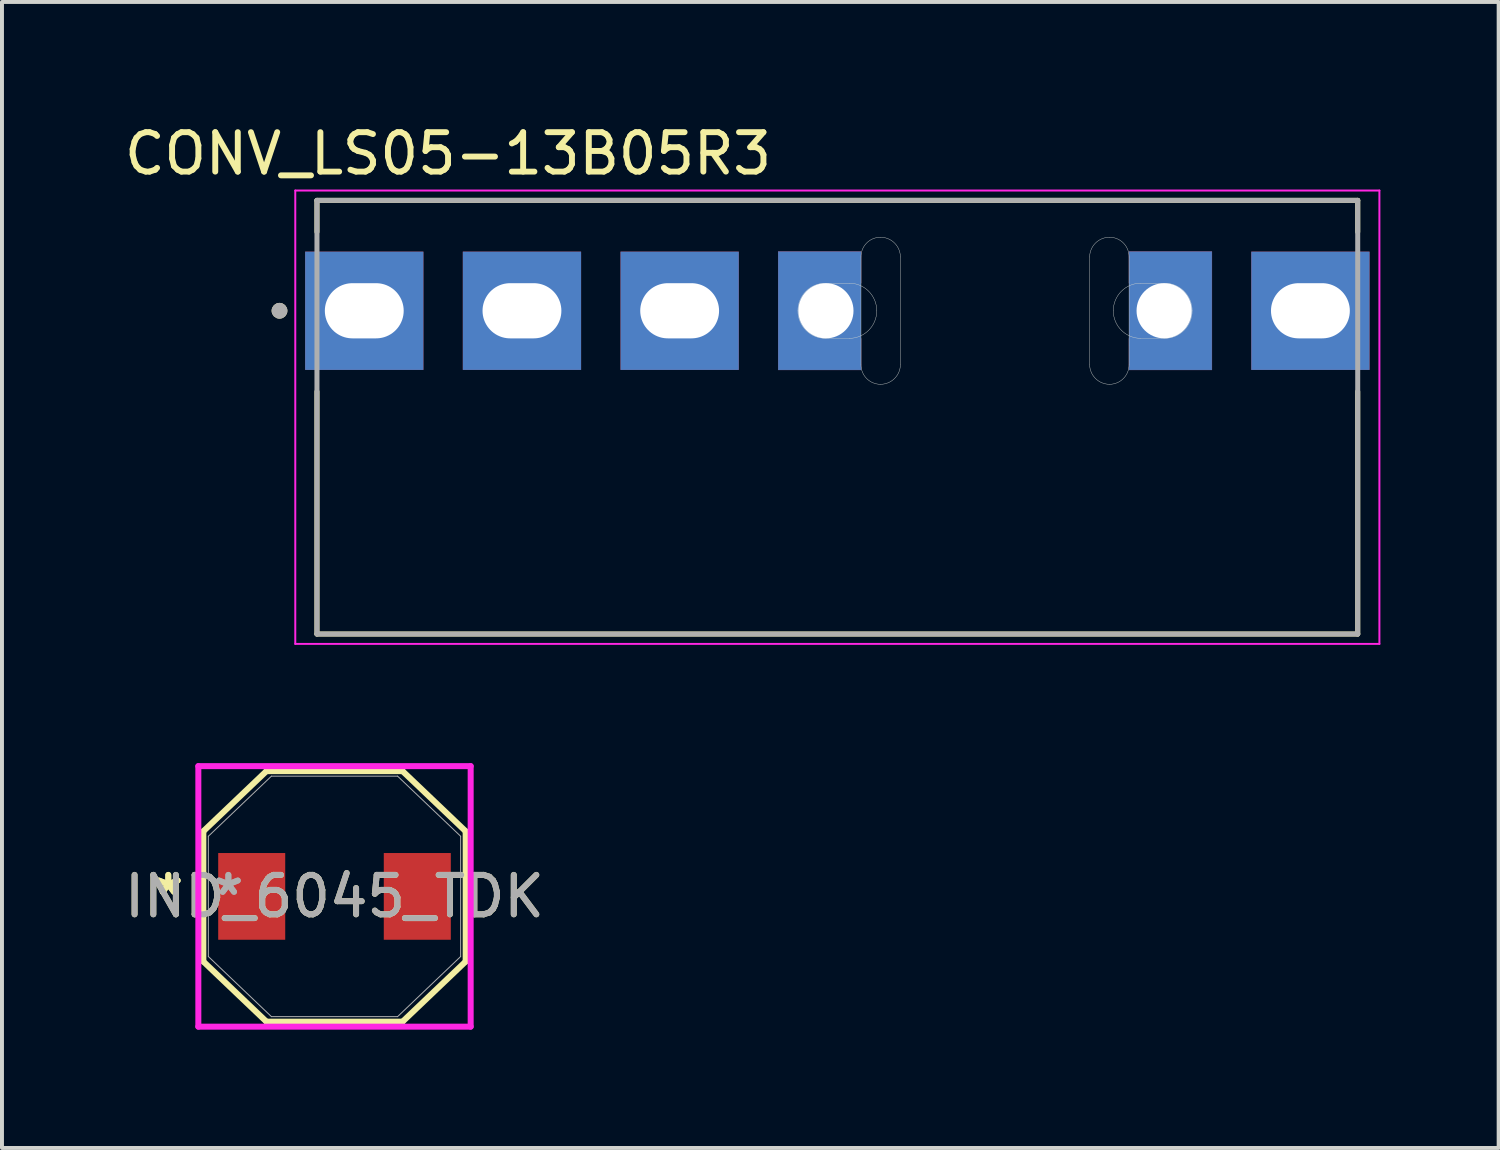
<source format=kicad_pcb>
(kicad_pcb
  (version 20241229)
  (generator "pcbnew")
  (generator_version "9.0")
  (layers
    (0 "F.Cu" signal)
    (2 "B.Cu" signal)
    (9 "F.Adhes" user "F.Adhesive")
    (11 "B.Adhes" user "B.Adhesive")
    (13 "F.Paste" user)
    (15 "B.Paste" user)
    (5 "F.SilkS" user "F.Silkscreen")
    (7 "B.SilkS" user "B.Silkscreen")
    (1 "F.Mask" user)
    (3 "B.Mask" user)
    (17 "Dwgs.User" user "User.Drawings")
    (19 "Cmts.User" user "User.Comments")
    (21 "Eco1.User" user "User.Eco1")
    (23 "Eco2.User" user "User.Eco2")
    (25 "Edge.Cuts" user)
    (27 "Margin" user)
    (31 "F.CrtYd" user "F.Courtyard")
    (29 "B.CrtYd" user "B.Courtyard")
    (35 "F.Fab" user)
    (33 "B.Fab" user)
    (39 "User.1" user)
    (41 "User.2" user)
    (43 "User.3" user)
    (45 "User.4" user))
  (footprint "IND_6045_TDK"
    (layer "F.Cu")
    (at 5.435 19.688)
    (property "Reference" "IND_6045_TDK" (at 0 0 0) (unlocked yes) (layer "F.SilkS") (effects (font (size 1 1) (thickness 0.15))))
    (attr smd)
    (fp_line (start -3.327 -1.652) (end -3.327 1.652) (stroke (width 0.152) (type solid)) (layer "F.SilkS"))
    (fp_line (start -3.327 1.652) (end -1.727 3.177) (stroke (width 0.152) (type solid)) (layer "F.SilkS"))
    (fp_line (start -1.727 -3.177) (end -3.327 -1.652) (stroke (width 0.152) (type solid)) (layer "F.SilkS"))
    (fp_line (start -1.727 3.177) (end 1.727 3.177) (stroke (width 0.152) (type solid)) (layer "F.SilkS"))
    (fp_line (start 1.727 -3.177) (end -1.727 -3.177) (stroke (width 0.152) (type solid)) (layer "F.SilkS"))
    (fp_line (start 1.727 3.177) (end 3.327 1.652) (stroke (width 0.152) (type solid)) (layer "F.SilkS"))
    (fp_line (start 3.327 -1.652) (end 1.727 -3.177) (stroke (width 0.152) (type solid)) (layer "F.SilkS"))
    (fp_line (start 3.327 1.652) (end 3.327 -1.652) (stroke (width 0.152) (type solid)) (layer "F.SilkS"))
    (fp_line (start -3.454 -3.304) (end 3.454 -3.304) (stroke (width 0.152) (type solid)) (layer "F.CrtYd"))
    (fp_line (start -3.454 3.304) (end -3.454 -3.304) (stroke (width 0.152) (type solid)) (layer "F.CrtYd"))
    (fp_line (start 3.454 -3.304) (end 3.454 3.304) (stroke (width 0.152) (type solid)) (layer "F.CrtYd"))
    (fp_line (start 3.454 3.304) (end -3.454 3.304) (stroke (width 0.152) (type solid)) (layer "F.CrtYd"))
    (fp_line (start -3.2 -1.525) (end -3.2 1.525) (stroke (width 0.025) (type solid)) (layer "F.Fab"))
    (fp_line (start -3.2 1.525) (end -1.6 3.05) (stroke (width 0.025) (type solid)) (layer "F.Fab"))
    (fp_line (start -1.6 -3.05) (end -3.2 -1.525) (stroke (width 0.025) (type solid)) (layer "F.Fab"))
    (fp_line (start -1.6 3.05) (end 1.6 3.05) (stroke (width 0.025) (type solid)) (layer "F.Fab"))
    (fp_line (start 1.6 -3.05) (end -1.6 -3.05) (stroke (width 0.025) (type solid)) (layer "F.Fab"))
    (fp_line (start 1.6 3.05) (end 3.2 1.525) (stroke (width 0.025) (type solid)) (layer "F.Fab"))
    (fp_line (start 3.2 -1.525) (end 1.6 -3.05) (stroke (width 0.025) (type solid)) (layer "F.Fab"))
    (fp_line (start 3.2 1.525) (end 3.2 -1.525) (stroke (width 0.025) (type solid)) (layer "F.Fab"))
    (fp_text user "*" (at -4.216 0 0) (unlocked yes) (layer "F.SilkS") (effects (font (size 1 1) (thickness 0.15))))
    (fp_text user "*" (at -4.216 0 0) (layer "F.SilkS") (effects (font (size 1 1) (thickness 0.15))))
    (fp_text user "${REFERENCE}" (at 0 0 0) (unlocked yes) (layer "F.Fab") (effects (font (size 1 1) (thickness 0.15))))
    (fp_text user "*" (at -2.692 0 0) (unlocked yes) (layer "F.Fab") (effects (font (size 1 1) (thickness 0.15))))
    (fp_text user "*" (at -2.692 0 0) (layer "F.Fab") (effects (font (size 1 1) (thickness 0.15))))
    (pad "1" smd rect (at -2.1 0) (size 1.7 2.2) (layers "F.Cu" "F.Mask" "F.Paste"))
    (pad "2" smd rect (at 2.1 0) (size 1.7 2.2) (layers "F.Cu" "F.Mask" "F.Paste")))
  (footprint "CONV_LS05-13B05R3"
    (layer "F.Cu")
    (at 18.19 4.833)
    (property "Reference" "CONV_LS05-13B05R3" (at -9.875 -3.985 0) (layer "F.SilkS") (effects (font (size 1 1) (thickness 0.15))))
    (attr through_hole)
    (fp_poly (pts (xy -1 0) (xy -0.999 -0.037) (xy -0.996 -0.073) (xy -0.991 -0.11) (xy -0.985 -0.146) (xy -0.976 -0.181) (xy -0.966 -0.216) (xy -0.954 -0.251) (xy -0.939 -0.285) (xy -0.924 -0.318) (xy -0.906 -0.35) (xy -0.887 -0.381) (xy -0.866 -0.411) (xy -0.844 -0.441) (xy -0.82 -0.468) (xy -0.795 -0.495) (xy -0.768 -0.52) (xy -0.741 -0.544) (xy -0.711 -0.566) (xy -0.681 -0.587) (xy -0.65 -0.606) (xy -0.618 -0.624) (xy -0.585 -0.639) (xy -0.551 -0.654) (xy -0.516 -0.666) (xy -0.481 -0.676) (xy -0.446 -0.685) (xy -0.41 -0.691) (xy -0.373 -0.696) (xy -0.337 -0.699) (xy -0.3 -0.7) (xy 0.6 -0.7) (xy 0.6 -1.5) (xy -1.5 -1.5) (xy -1.5 1.5) (xy 0.6 1.5) (xy 0.6 0.7) (xy -0.3 0.7) (xy -0.337 0.699) (xy -0.373 0.696) (xy -0.41 0.691) (xy -0.446 0.685) (xy -0.481 0.676) (xy -0.516 0.666) (xy -0.551 0.654) (xy -0.585 0.639) (xy -0.618 0.624) (xy -0.65 0.606) (xy -0.681 0.587) (xy -0.711 0.566) (xy -0.741 0.544) (xy -0.768 0.52) (xy -0.795 0.495) (xy -0.82 0.468) (xy -0.844 0.441) (xy -0.866 0.411) (xy -0.887 0.381) (xy -0.906 0.35) (xy -0.924 0.318) (xy -0.939 0.285) (xy -0.954 0.251) (xy -0.966 0.216) (xy -0.976 0.181) (xy -0.985 0.146) (xy -0.991 0.11) (xy -0.996 0.073) (xy -0.999 0.037) (xy -1 0)) (stroke (width 0.01) (type solid)) (fill yes) (layer "F.Cu"))
    (fp_poly (pts (xy 9 0) (xy 8.999 0.037) (xy 8.996 0.073) (xy 8.991 0.11) (xy 8.985 0.146) (xy 8.976 0.181) (xy 8.966 0.216) (xy 8.954 0.251) (xy 8.939 0.285) (xy 8.924 0.318) (xy 8.906 0.35) (xy 8.887 0.381) (xy 8.866 0.411) (xy 8.844 0.441) (xy 8.82 0.468) (xy 8.795 0.495) (xy 8.768 0.52) (xy 8.741 0.544) (xy 8.711 0.566) (xy 8.681 0.587) (xy 8.65 0.606) (xy 8.618 0.624) (xy 8.585 0.639) (xy 8.551 0.654) (xy 8.516 0.666) (xy 8.481 0.676) (xy 8.446 0.685) (xy 8.41 0.691) (xy 8.373 0.696) (xy 8.337 0.699) (xy 8.3 0.7) (xy 7.4 0.7) (xy 7.4 1.5) (xy 9.5 1.5) (xy 9.5 -1.5) (xy 7.4 -1.5) (xy 7.4 -0.7) (xy 8.3 -0.7) (xy 8.337 -0.699) (xy 8.373 -0.696) (xy 8.41 -0.691) (xy 8.446 -0.685) (xy 8.481 -0.676) (xy 8.516 -0.666) (xy 8.551 -0.654) (xy 8.585 -0.639) (xy 8.618 -0.624) (xy 8.65 -0.606) (xy 8.681 -0.587) (xy 8.711 -0.566) (xy 8.741 -0.544) (xy 8.768 -0.52) (xy 8.795 -0.495) (xy 8.82 -0.468) (xy 8.844 -0.441) (xy 8.866 -0.411) (xy 8.887 -0.381) (xy 8.906 -0.35) (xy 8.924 -0.318) (xy 8.939 -0.285) (xy 8.954 -0.251) (xy 8.966 -0.216) (xy 8.976 -0.181) (xy 8.985 -0.146) (xy 8.991 -0.11) (xy 8.996 -0.073) (xy 8.999 -0.037) (xy 9 0)) (stroke (width 0.01) (type solid)) (fill yes) (layer "F.Cu"))
    (fp_poly (pts (xy 0.49 -1.965) (xy 1.7 -1.965) (xy 1.7 1.965) (xy 0.49 1.965)) (stroke (width 0.01) (type solid)) (fill yes) (layer "F.Mask"))
    (fp_poly (pts (xy 6.3 -1.965) (xy 7.49 -1.965) (xy 7.49 1.965) (xy 6.3 1.965)) (stroke (width 0.01) (type solid)) (fill yes) (layer "F.Mask"))
    (fp_poly (pts (xy 0.7 -0.6) (xy 0.7 -1.6) (xy -1.6 -1.6) (xy -1.6 1.6) (xy 0.7 1.6) (xy 0.7 0.6)) (stroke (width 0.01) (type solid)) (fill yes) (layer "F.Mask"))
    (fp_poly (pts (xy 7.3 0.6) (xy 7.3 1.6) (xy 9.6 1.6) (xy 9.6 -1.6) (xy 7.3 -1.6) (xy 7.3 -0.6)) (stroke (width 0.01) (type solid)) (fill yes) (layer "F.Mask"))
    (fp_poly (pts (xy -1 0) (xy -0.999 -0.037) (xy -0.996 -0.073) (xy -0.991 -0.11) (xy -0.985 -0.146) (xy -0.976 -0.181) (xy -0.966 -0.216) (xy -0.954 -0.251) (xy -0.939 -0.285) (xy -0.924 -0.318) (xy -0.906 -0.35) (xy -0.887 -0.381) (xy -0.866 -0.411) (xy -0.844 -0.441) (xy -0.82 -0.468) (xy -0.795 -0.495) (xy -0.768 -0.52) (xy -0.741 -0.544) (xy -0.711 -0.566) (xy -0.681 -0.587) (xy -0.65 -0.606) (xy -0.618 -0.624) (xy -0.585 -0.639) (xy -0.551 -0.654) (xy -0.516 -0.666) (xy -0.481 -0.676) (xy -0.446 -0.685) (xy -0.41 -0.691) (xy -0.373 -0.696) (xy -0.337 -0.699) (xy -0.3 -0.7) (xy 0.6 -0.7) (xy 0.6 -1.5) (xy -1.5 -1.5) (xy -1.5 1.5) (xy 0.6 1.5) (xy 0.6 0.7) (xy -0.3 0.7) (xy -0.337 0.699) (xy -0.373 0.696) (xy -0.41 0.691) (xy -0.446 0.685) (xy -0.481 0.676) (xy -0.516 0.666) (xy -0.551 0.654) (xy -0.585 0.639) (xy -0.618 0.624) (xy -0.65 0.606) (xy -0.681 0.587) (xy -0.711 0.566) (xy -0.741 0.544) (xy -0.768 0.52) (xy -0.795 0.495) (xy -0.82 0.468) (xy -0.844 0.441) (xy -0.866 0.411) (xy -0.887 0.381) (xy -0.906 0.35) (xy -0.924 0.318) (xy -0.939 0.285) (xy -0.954 0.251) (xy -0.966 0.216) (xy -0.976 0.181) (xy -0.985 0.146) (xy -0.991 0.11) (xy -0.996 0.073) (xy -0.999 0.037) (xy -1 0)) (stroke (width 0.01) (type solid)) (fill yes) (layer "B.Cu"))
    (fp_poly (pts (xy 9 0) (xy 8.999 0.037) (xy 8.996 0.073) (xy 8.991 0.11) (xy 8.985 0.146) (xy 8.976 0.181) (xy 8.966 0.216) (xy 8.954 0.251) (xy 8.939 0.285) (xy 8.924 0.318) (xy 8.906 0.35) (xy 8.887 0.381) (xy 8.866 0.411) (xy 8.844 0.441) (xy 8.82 0.468) (xy 8.795 0.495) (xy 8.768 0.52) (xy 8.741 0.544) (xy 8.711 0.566) (xy 8.681 0.587) (xy 8.65 0.606) (xy 8.618 0.624) (xy 8.585 0.639) (xy 8.551 0.654) (xy 8.516 0.666) (xy 8.481 0.676) (xy 8.446 0.685) (xy 8.41 0.691) (xy 8.373 0.696) (xy 8.337 0.699) (xy 8.3 0.7) (xy 7.4 0.7) (xy 7.4 1.5) (xy 9.5 1.5) (xy 9.5 -1.5) (xy 7.4 -1.5) (xy 7.4 -0.7) (xy 8.3 -0.7) (xy 8.337 -0.699) (xy 8.373 -0.696) (xy 8.41 -0.691) (xy 8.446 -0.685) (xy 8.481 -0.676) (xy 8.516 -0.666) (xy 8.551 -0.654) (xy 8.585 -0.639) (xy 8.618 -0.624) (xy 8.65 -0.606) (xy 8.681 -0.587) (xy 8.711 -0.566) (xy 8.741 -0.544) (xy 8.768 -0.52) (xy 8.795 -0.495) (xy 8.82 -0.468) (xy 8.844 -0.441) (xy 8.866 -0.411) (xy 8.887 -0.381) (xy 8.906 -0.35) (xy 8.924 -0.318) (xy 8.939 -0.285) (xy 8.954 -0.251) (xy 8.966 -0.216) (xy 8.976 -0.181) (xy 8.985 -0.146) (xy 8.991 -0.11) (xy 8.996 -0.073) (xy 8.999 -0.037) (xy 9 0)) (stroke (width 0.01) (type solid)) (fill yes) (layer "B.Cu"))
    (fp_poly (pts (xy 0.49 -1.965) (xy 1.7 -1.965) (xy 1.7 1.965) (xy 0.49 1.965)) (stroke (width 0.01) (type solid)) (fill yes) (layer "B.Mask"))
    (fp_poly (pts (xy 6.3 -1.965) (xy 7.49 -1.965) (xy 7.49 1.965) (xy 6.3 1.965)) (stroke (width 0.01) (type solid)) (fill yes) (layer "B.Mask"))
    (fp_poly (pts (xy 0.7 -0.6) (xy 0.7 -1.6) (xy -1.6 -1.6) (xy -1.6 1.6) (xy 0.7 1.6) (xy 0.7 0.6)) (stroke (width 0.01) (type solid)) (fill yes) (layer "B.Mask"))
    (fp_poly (pts (xy 7.3 0.6) (xy 7.3 1.6) (xy 9.6 1.6) (xy 9.6 -1.6) (xy 7.3 -1.6) (xy 7.3 -0.6)) (stroke (width 0.01) (type solid)) (fill yes) (layer "B.Mask"))
    (fp_line (start -13.2 -2.8) (end -13.2 -2) (stroke (width 0.127) (type solid)) (layer "F.SilkS"))
    (fp_line (start -13.2 2.05) (end -13.2 8.2) (stroke (width 0.127) (type solid)) (layer "F.SilkS"))
    (fp_line (start -13.2 8.2) (end 13.2 8.2) (stroke (width 0.127) (type solid)) (layer "F.SilkS"))
    (fp_line (start 13.2 -2.8) (end -13.2 -2.8) (stroke (width 0.127) (type solid)) (layer "F.SilkS"))
    (fp_line (start 13.2 -2.8) (end 13.2 -2) (stroke (width 0.127) (type solid)) (layer "F.SilkS"))
    (fp_line (start 13.2 2.05) (end 13.2 8.2) (stroke (width 0.127) (type solid)) (layer "F.SilkS"))
    (fp_circle (center -14.15 0) (end -14.05 0) (stroke (width 0.2) (type solid)) (fill no) (layer "F.SilkS"))
    (fp_line (start -0.3 -0.7) (end 0.3 -0.7) (stroke (width 0.01) (type solid)) (layer "Edge.Cuts"))
    (fp_line (start 0.3 0.7) (end -0.3 0.7) (stroke (width 0.01) (type solid)) (layer "Edge.Cuts"))
    (fp_line (start 0.6 -1.365) (end 0.6 1.365) (stroke (width 0.01) (type solid)) (layer "Edge.Cuts"))
    (fp_line (start 1.6 1.365) (end 1.6 -1.365) (stroke (width 0.01) (type solid)) (layer "Edge.Cuts"))
    (fp_line (start 6.4 -1.365) (end 6.4 1.365) (stroke (width 0.01) (type solid)) (layer "Edge.Cuts"))
    (fp_line (start 7.4 1.365) (end 7.4 -1.365) (stroke (width 0.01) (type solid)) (layer "Edge.Cuts"))
    (fp_line (start 7.7 -0.7) (end 8.3 -0.7) (stroke (width 0.01) (type solid)) (layer "Edge.Cuts"))
    (fp_line (start 8.3 0.7) (end 7.7 0.7) (stroke (width 0.01) (type solid)) (layer "Edge.Cuts"))
    (fp_arc (start -1 0) (mid -0.794975 -0.494975) (end -0.3 -0.7) (stroke (width 0.01) (type solid)) (layer "Edge.Cuts"))
    (fp_arc (start -0.3 0.7) (mid -0.794975 0.494975) (end -1 0) (stroke (width 0.01) (type solid)) (layer "Edge.Cuts"))
    (fp_arc (start 0.3 -0.7) (mid 0.794975 -0.494975) (end 1 0) (stroke (width 0.01) (type solid)) (layer "Edge.Cuts"))
    (fp_arc (start 0.6 -1.365) (mid 0.741447 -1.716482) (end 1.09 -1.865) (stroke (width 0.01) (type solid)) (layer "Edge.Cuts"))
    (fp_arc (start 1 0) (mid 0.794975 0.494975) (end 0.3 0.7) (stroke (width 0.01) (type solid)) (layer "Edge.Cuts"))
    (fp_arc (start 1.09 -1.865) (mid 1.448553 -1.720624) (end 1.6 -1.365) (stroke (width 0.01) (type solid)) (layer "Edge.Cuts"))
    (fp_arc (start 1.09 1.865) (mid 0.741447 1.716482) (end 0.6 1.365) (stroke (width 0.01) (type solid)) (layer "Edge.Cuts"))
    (fp_arc (start 1.6 1.365) (mid 1.448553 1.720624) (end 1.09 1.865) (stroke (width 0.01) (type solid)) (layer "Edge.Cuts"))
    (fp_arc (start 6.4 -1.365) (mid 6.551447 -1.720624) (end 6.91 -1.865) (stroke (width 0.01) (type solid)) (layer "Edge.Cuts"))
    (fp_arc (start 6.91 -1.865) (mid 7.258553 -1.716482) (end 7.4 -1.365) (stroke (width 0.01) (type solid)) (layer "Edge.Cuts"))
    (fp_arc (start 6.91 1.865) (mid 6.551447 1.720624) (end 6.4 1.365) (stroke (width 0.01) (type solid)) (layer "Edge.Cuts"))
    (fp_arc (start 7 0) (mid 7.205025 -0.494975) (end 7.7 -0.7) (stroke (width 0.01) (type solid)) (layer "Edge.Cuts"))
    (fp_arc (start 7.4 1.365) (mid 7.258553 1.716482) (end 6.91 1.865) (stroke (width 0.01) (type solid)) (layer "Edge.Cuts"))
    (fp_arc (start 7.7 0.7) (mid 7.205025 0.494975) (end 7 0) (stroke (width 0.01) (type solid)) (layer "Edge.Cuts"))
    (fp_arc (start 8.3 -0.7) (mid 8.794975 -0.494975) (end 9 0) (stroke (width 0.01) (type solid)) (layer "Edge.Cuts"))
    (fp_arc (start 9 0) (mid 8.794975 0.494975) (end 8.3 0.7) (stroke (width 0.01) (type solid)) (layer "Edge.Cuts"))
    (fp_line (start -13.75 -3.05) (end -13.75 8.45) (stroke (width 0.05) (type solid)) (layer "F.CrtYd"))
    (fp_line (start -13.75 8.45) (end 13.75 8.45) (stroke (width 0.05) (type solid)) (layer "F.CrtYd"))
    (fp_line (start 13.75 -3.05) (end -13.75 -3.05) (stroke (width 0.05) (type solid)) (layer "F.CrtYd"))
    (fp_line (start 13.75 8.45) (end 13.75 -3.05) (stroke (width 0.05) (type solid)) (layer "F.CrtYd"))
    (fp_line (start -13.2 -2.8) (end -13.2 8.2) (stroke (width 0.127) (type solid)) (layer "F.Fab"))
    (fp_line (start -13.2 8.2) (end 13.2 8.2) (stroke (width 0.127) (type solid)) (layer "F.Fab"))
    (fp_line (start 13.2 -2.8) (end -13.2 -2.8) (stroke (width 0.127) (type solid)) (layer "F.Fab"))
    (fp_line (start 13.2 8.2) (end 13.2 -2.8) (stroke (width 0.127) (type solid)) (layer "F.Fab"))
    (fp_circle (center -14.15 0) (end -14.05 0) (stroke (width 0.2) (type solid)) (fill no) (layer "F.Fab"))
    (pad "1" thru_hole rect (at -12 0) (size 3 3) (drill oval 2 1.4) (layers "*.Cu" "*.Mask"))
    (pad "2" thru_hole rect (at -8 0) (size 3 3) (drill oval 2 1.4) (layers "*.Cu" "*.Mask"))
    (pad "3" thru_hole rect (at -4 0) (size 3 3) (drill oval 2 1.4) (layers "*.Cu" "*.Mask"))
    (pad "4" thru_hole rect (at -0.29 0) (size 1.78 1.78) (drill 1.4) (layers "*.Cu"))
    (pad "5" thru_hole rect (at 8.29 0) (size 1.78 1.78) (drill 1.4) (layers "*.Cu"))
    (pad "6" thru_hole rect (at 12 0) (size 3 3) (drill oval 2 1.4) (layers "*.Cu" "*.Mask")))
  (gr_rect
    (start -3 -3)
    (end 34.965 26.069)
    (stroke (width 0.1) (type default))
    (fill no)
    (layer "Edge.Cuts")))
</source>
